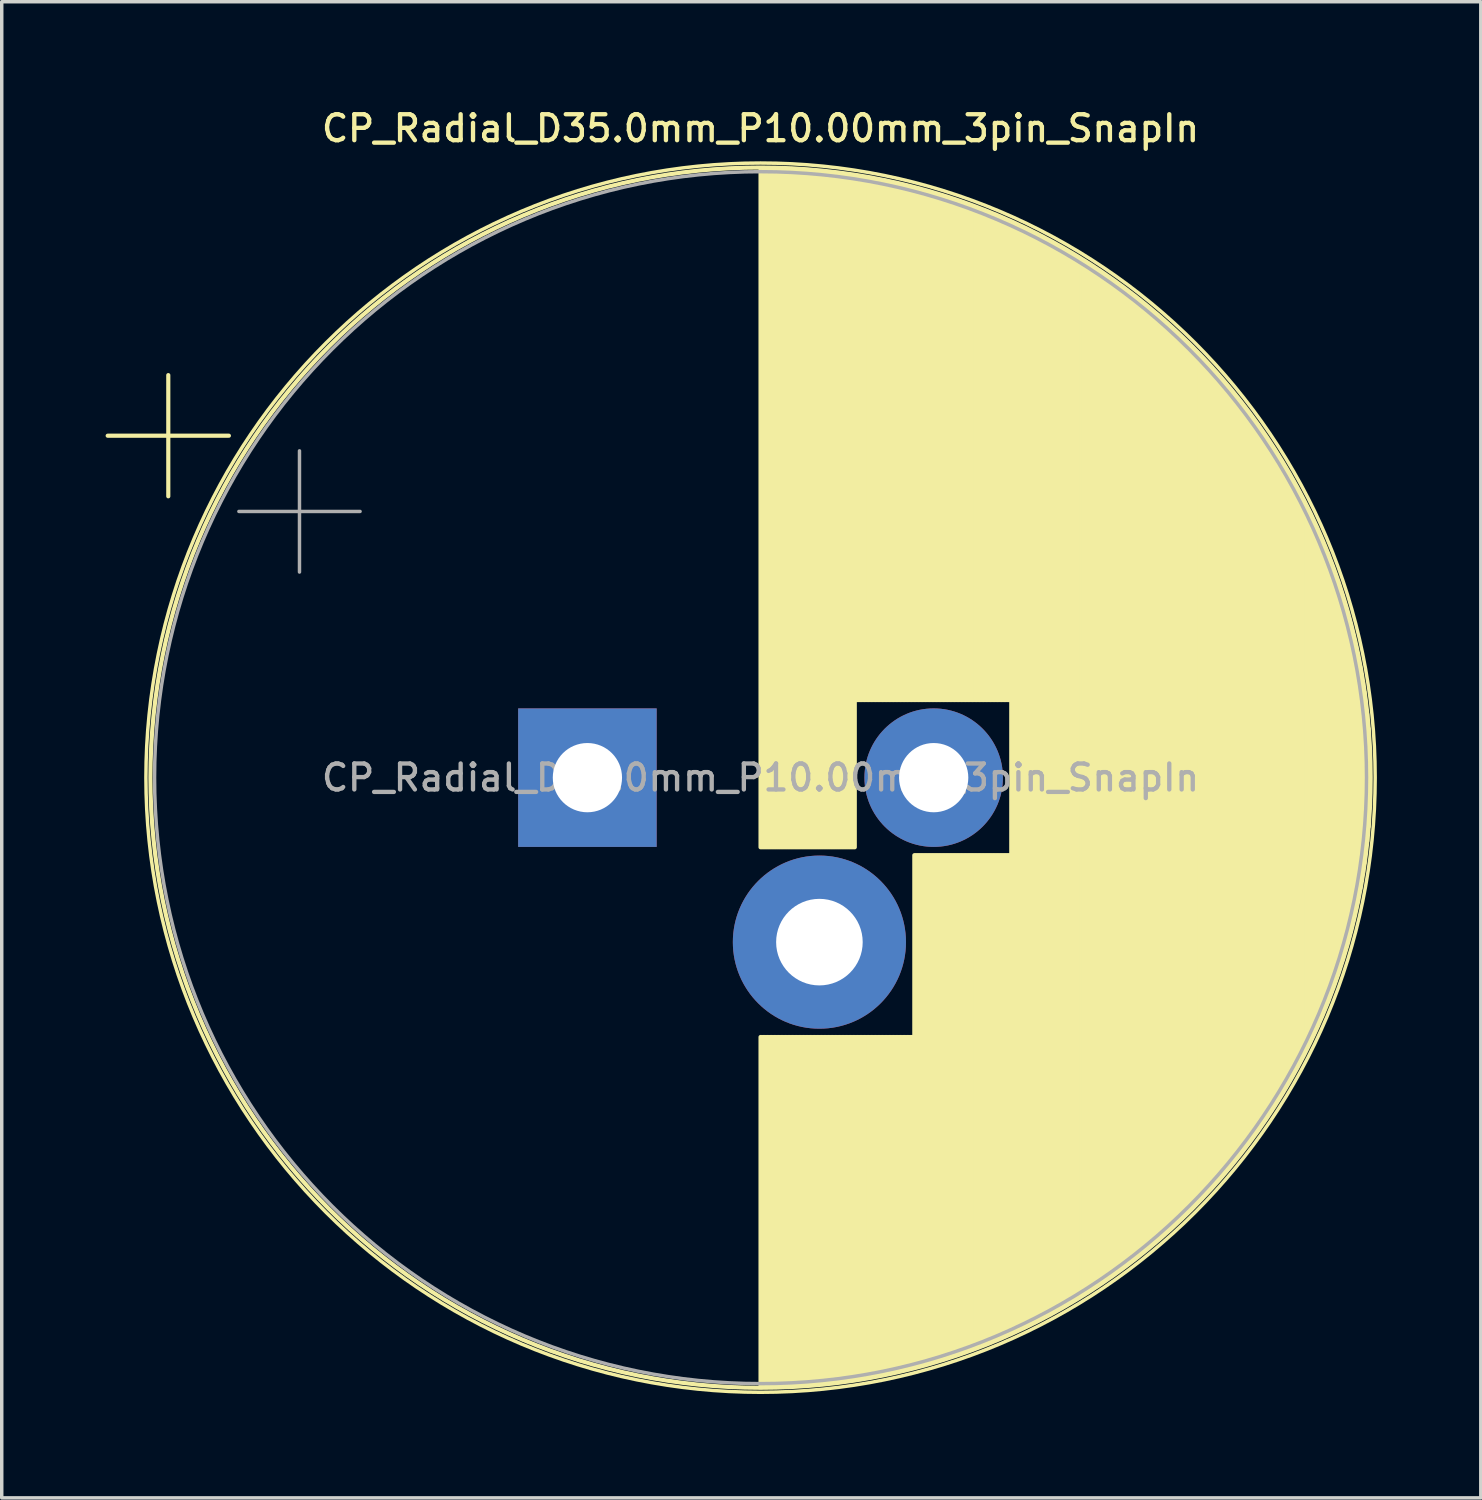
<source format=kicad_pcb>
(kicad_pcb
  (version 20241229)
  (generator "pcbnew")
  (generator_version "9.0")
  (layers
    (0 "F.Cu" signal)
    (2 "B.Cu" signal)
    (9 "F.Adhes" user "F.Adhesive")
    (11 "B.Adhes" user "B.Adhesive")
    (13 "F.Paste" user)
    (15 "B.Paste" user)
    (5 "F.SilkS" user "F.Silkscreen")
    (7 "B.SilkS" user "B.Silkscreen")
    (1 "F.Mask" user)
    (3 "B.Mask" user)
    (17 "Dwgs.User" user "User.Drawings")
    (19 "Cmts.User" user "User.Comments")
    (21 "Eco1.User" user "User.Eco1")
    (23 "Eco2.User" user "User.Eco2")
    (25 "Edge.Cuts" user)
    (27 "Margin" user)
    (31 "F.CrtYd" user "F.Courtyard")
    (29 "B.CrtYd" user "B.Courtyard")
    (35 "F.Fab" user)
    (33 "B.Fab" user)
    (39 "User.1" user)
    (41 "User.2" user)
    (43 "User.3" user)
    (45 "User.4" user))
  (footprint "CP_Radial_D35.0mm_P10.00mm_3pin_SnapIn"
    (layer "F.Cu")
    (at 13.914 19.408)
    (property "Reference" "CP_Radial_D35.0mm_P10.00mm_3pin_SnapIn" (at 5 -18.75 0) (layer "F.SilkS") (effects (font (size 0.75 0.75) (thickness 0.125))))
    (attr through_hole)
    (fp_line (start -13.854 -9.875) (end -10.354 -9.875) (stroke (width 0.12) (type solid)) (layer "F.SilkS"))
    (fp_line (start -12.104 -11.625) (end -12.104 -8.125) (stroke (width 0.12) (type solid)) (layer "F.SilkS"))
    (fp_line (start 5 -17.58) (end 5 2.01) (stroke (width 0.12) (type solid)) (layer "F.SilkS"))
    (fp_line (start 5 7.49) (end 5 17.58) (stroke (width 0.12) (type solid)) (layer "F.SilkS"))
    (fp_line (start 5.04 -17.58) (end 5.04 2.01) (stroke (width 0.12) (type solid)) (layer "F.SilkS"))
    (fp_line (start 5.04 7.49) (end 5.04 17.58) (stroke (width 0.12) (type solid)) (layer "F.SilkS"))
    (fp_line (start 5.08 -17.58) (end 5.08 2.01) (stroke (width 0.12) (type solid)) (layer "F.SilkS"))
    (fp_line (start 5.08 7.49) (end 5.08 17.58) (stroke (width 0.12) (type solid)) (layer "F.SilkS"))
    (fp_line (start 5.12 -17.58) (end 5.12 2.01) (stroke (width 0.12) (type solid)) (layer "F.SilkS"))
    (fp_line (start 5.12 7.49) (end 5.12 17.58) (stroke (width 0.12) (type solid)) (layer "F.SilkS"))
    (fp_line (start 5.16 -17.58) (end 5.16 2.01) (stroke (width 0.12) (type solid)) (layer "F.SilkS"))
    (fp_line (start 5.16 7.49) (end 5.16 17.58) (stroke (width 0.12) (type solid)) (layer "F.SilkS"))
    (fp_line (start 5.2 -17.579) (end 5.2 2.01) (stroke (width 0.12) (type solid)) (layer "F.SilkS"))
    (fp_line (start 5.2 7.49) (end 5.2 17.579) (stroke (width 0.12) (type solid)) (layer "F.SilkS"))
    (fp_line (start 5.24 -17.579) (end 5.24 2.01) (stroke (width 0.12) (type solid)) (layer "F.SilkS"))
    (fp_line (start 5.24 7.49) (end 5.24 17.579) (stroke (width 0.12) (type solid)) (layer "F.SilkS"))
    (fp_line (start 5.28 -17.578) (end 5.28 2.01) (stroke (width 0.12) (type solid)) (layer "F.SilkS"))
    (fp_line (start 5.28 7.49) (end 5.28 17.578) (stroke (width 0.12) (type solid)) (layer "F.SilkS"))
    (fp_line (start 5.32 -17.578) (end 5.32 2.01) (stroke (width 0.12) (type solid)) (layer "F.SilkS"))
    (fp_line (start 5.32 7.49) (end 5.32 17.578) (stroke (width 0.12) (type solid)) (layer "F.SilkS"))
    (fp_line (start 5.36 -17.577) (end 5.36 2.01) (stroke (width 0.12) (type solid)) (layer "F.SilkS"))
    (fp_line (start 5.36 7.49) (end 5.36 17.577) (stroke (width 0.12) (type solid)) (layer "F.SilkS"))
    (fp_line (start 5.4 -17.576) (end 5.4 2.01) (stroke (width 0.12) (type solid)) (layer "F.SilkS"))
    (fp_line (start 5.4 7.49) (end 5.4 17.576) (stroke (width 0.12) (type solid)) (layer "F.SilkS"))
    (fp_line (start 5.44 -17.575) (end 5.44 2.01) (stroke (width 0.12) (type solid)) (layer "F.SilkS"))
    (fp_line (start 5.44 7.49) (end 5.44 17.575) (stroke (width 0.12) (type solid)) (layer "F.SilkS"))
    (fp_line (start 5.48 -17.574) (end 5.48 2.01) (stroke (width 0.12) (type solid)) (layer "F.SilkS"))
    (fp_line (start 5.48 7.49) (end 5.48 17.574) (stroke (width 0.12) (type solid)) (layer "F.SilkS"))
    (fp_line (start 5.52 -17.573) (end 5.52 2.01) (stroke (width 0.12) (type solid)) (layer "F.SilkS"))
    (fp_line (start 5.52 7.49) (end 5.52 17.573) (stroke (width 0.12) (type solid)) (layer "F.SilkS"))
    (fp_line (start 5.56 -17.572) (end 5.56 2.01) (stroke (width 0.12) (type solid)) (layer "F.SilkS"))
    (fp_line (start 5.56 7.49) (end 5.56 17.572) (stroke (width 0.12) (type solid)) (layer "F.SilkS"))
    (fp_line (start 5.6 -17.57) (end 5.6 2.01) (stroke (width 0.12) (type solid)) (layer "F.SilkS"))
    (fp_line (start 5.6 7.49) (end 5.6 17.57) (stroke (width 0.12) (type solid)) (layer "F.SilkS"))
    (fp_line (start 5.64 -17.569) (end 5.64 2.01) (stroke (width 0.12) (type solid)) (layer "F.SilkS"))
    (fp_line (start 5.64 7.49) (end 5.64 17.569) (stroke (width 0.12) (type solid)) (layer "F.SilkS"))
    (fp_line (start 5.68 -17.567) (end 5.68 2.01) (stroke (width 0.12) (type solid)) (layer "F.SilkS"))
    (fp_line (start 5.68 7.49) (end 5.68 17.567) (stroke (width 0.12) (type solid)) (layer "F.SilkS"))
    (fp_line (start 5.721 -17.566) (end 5.721 2.01) (stroke (width 0.12) (type solid)) (layer "F.SilkS"))
    (fp_line (start 5.721 7.49) (end 5.721 17.566) (stroke (width 0.12) (type solid)) (layer "F.SilkS"))
    (fp_line (start 5.761 -17.564) (end 5.761 2.01) (stroke (width 0.12) (type solid)) (layer "F.SilkS"))
    (fp_line (start 5.761 7.49) (end 5.761 17.564) (stroke (width 0.12) (type solid)) (layer "F.SilkS"))
    (fp_line (start 5.801 -17.562) (end 5.801 2.01) (stroke (width 0.12) (type solid)) (layer "F.SilkS"))
    (fp_line (start 5.801 7.49) (end 5.801 17.562) (stroke (width 0.12) (type solid)) (layer "F.SilkS"))
    (fp_line (start 5.841 -17.56) (end 5.841 2.01) (stroke (width 0.12) (type solid)) (layer "F.SilkS"))
    (fp_line (start 5.841 7.49) (end 5.841 17.56) (stroke (width 0.12) (type solid)) (layer "F.SilkS"))
    (fp_line (start 5.881 -17.559) (end 5.881 2.01) (stroke (width 0.12) (type solid)) (layer "F.SilkS"))
    (fp_line (start 5.881 7.49) (end 5.881 17.559) (stroke (width 0.12) (type solid)) (layer "F.SilkS"))
    (fp_line (start 5.921 -17.556) (end 5.921 2.01) (stroke (width 0.12) (type solid)) (layer "F.SilkS"))
    (fp_line (start 5.921 7.49) (end 5.921 17.556) (stroke (width 0.12) (type solid)) (layer "F.SilkS"))
    (fp_line (start 5.961 -17.554) (end 5.961 2.01) (stroke (width 0.12) (type solid)) (layer "F.SilkS"))
    (fp_line (start 5.961 7.49) (end 5.961 17.554) (stroke (width 0.12) (type solid)) (layer "F.SilkS"))
    (fp_line (start 6.001 -17.552) (end 6.001 2.01) (stroke (width 0.12) (type solid)) (layer "F.SilkS"))
    (fp_line (start 6.001 7.49) (end 6.001 17.552) (stroke (width 0.12) (type solid)) (layer "F.SilkS"))
    (fp_line (start 6.041 -17.55) (end 6.041 2.01) (stroke (width 0.12) (type solid)) (layer "F.SilkS"))
    (fp_line (start 6.041 7.49) (end 6.041 17.55) (stroke (width 0.12) (type solid)) (layer "F.SilkS"))
    (fp_line (start 6.081 -17.547) (end 6.081 2.01) (stroke (width 0.12) (type solid)) (layer "F.SilkS"))
    (fp_line (start 6.081 7.49) (end 6.081 17.547) (stroke (width 0.12) (type solid)) (layer "F.SilkS"))
    (fp_line (start 6.121 -17.545) (end 6.121 2.01) (stroke (width 0.12) (type solid)) (layer "F.SilkS"))
    (fp_line (start 6.121 7.49) (end 6.121 17.545) (stroke (width 0.12) (type solid)) (layer "F.SilkS"))
    (fp_line (start 6.161 -17.542) (end 6.161 2.01) (stroke (width 0.12) (type solid)) (layer "F.SilkS"))
    (fp_line (start 6.161 7.49) (end 6.161 17.542) (stroke (width 0.12) (type solid)) (layer "F.SilkS"))
    (fp_line (start 6.201 -17.54) (end 6.201 2.01) (stroke (width 0.12) (type solid)) (layer "F.SilkS"))
    (fp_line (start 6.201 7.49) (end 6.201 17.54) (stroke (width 0.12) (type solid)) (layer "F.SilkS"))
    (fp_line (start 6.241 -17.537) (end 6.241 2.01) (stroke (width 0.12) (type solid)) (layer "F.SilkS"))
    (fp_line (start 6.241 7.49) (end 6.241 17.537) (stroke (width 0.12) (type solid)) (layer "F.SilkS"))
    (fp_line (start 6.281 -17.534) (end 6.281 2.01) (stroke (width 0.12) (type solid)) (layer "F.SilkS"))
    (fp_line (start 6.281 7.49) (end 6.281 17.534) (stroke (width 0.12) (type solid)) (layer "F.SilkS"))
    (fp_line (start 6.321 -17.531) (end 6.321 2.01) (stroke (width 0.12) (type solid)) (layer "F.SilkS"))
    (fp_line (start 6.321 7.49) (end 6.321 17.531) (stroke (width 0.12) (type solid)) (layer "F.SilkS"))
    (fp_line (start 6.361 -17.528) (end 6.361 2.01) (stroke (width 0.12) (type solid)) (layer "F.SilkS"))
    (fp_line (start 6.361 7.49) (end 6.361 17.528) (stroke (width 0.12) (type solid)) (layer "F.SilkS"))
    (fp_line (start 6.401 -17.525) (end 6.401 2.01) (stroke (width 0.12) (type solid)) (layer "F.SilkS"))
    (fp_line (start 6.401 7.49) (end 6.401 17.525) (stroke (width 0.12) (type solid)) (layer "F.SilkS"))
    (fp_line (start 6.441 -17.522) (end 6.441 2.01) (stroke (width 0.12) (type solid)) (layer "F.SilkS"))
    (fp_line (start 6.441 7.49) (end 6.441 17.522) (stroke (width 0.12) (type solid)) (layer "F.SilkS"))
    (fp_line (start 6.481 -17.518) (end 6.481 2.01) (stroke (width 0.12) (type solid)) (layer "F.SilkS"))
    (fp_line (start 6.481 7.49) (end 6.481 17.518) (stroke (width 0.12) (type solid)) (layer "F.SilkS"))
    (fp_line (start 6.521 -17.515) (end 6.521 2.01) (stroke (width 0.12) (type solid)) (layer "F.SilkS"))
    (fp_line (start 6.521 7.49) (end 6.521 17.515) (stroke (width 0.12) (type solid)) (layer "F.SilkS"))
    (fp_line (start 6.561 -17.511) (end 6.561 2.01) (stroke (width 0.12) (type solid)) (layer "F.SilkS"))
    (fp_line (start 6.561 7.49) (end 6.561 17.511) (stroke (width 0.12) (type solid)) (layer "F.SilkS"))
    (fp_line (start 6.601 -17.508) (end 6.601 2.01) (stroke (width 0.12) (type solid)) (layer "F.SilkS"))
    (fp_line (start 6.601 7.49) (end 6.601 17.508) (stroke (width 0.12) (type solid)) (layer "F.SilkS"))
    (fp_line (start 6.641 -17.504) (end 6.641 2.01) (stroke (width 0.12) (type solid)) (layer "F.SilkS"))
    (fp_line (start 6.641 7.49) (end 6.641 17.504) (stroke (width 0.12) (type solid)) (layer "F.SilkS"))
    (fp_line (start 6.681 -17.5) (end 6.681 2.01) (stroke (width 0.12) (type solid)) (layer "F.SilkS"))
    (fp_line (start 6.681 7.49) (end 6.681 17.5) (stroke (width 0.12) (type solid)) (layer "F.SilkS"))
    (fp_line (start 6.721 -17.496) (end 6.721 2.01) (stroke (width 0.12) (type solid)) (layer "F.SilkS"))
    (fp_line (start 6.721 7.49) (end 6.721 17.496) (stroke (width 0.12) (type solid)) (layer "F.SilkS"))
    (fp_line (start 6.761 -17.492) (end 6.761 2.01) (stroke (width 0.12) (type solid)) (layer "F.SilkS"))
    (fp_line (start 6.761 7.49) (end 6.761 17.492) (stroke (width 0.12) (type solid)) (layer "F.SilkS"))
    (fp_line (start 6.801 -17.488) (end 6.801 2.01) (stroke (width 0.12) (type solid)) (layer "F.SilkS"))
    (fp_line (start 6.801 7.49) (end 6.801 17.488) (stroke (width 0.12) (type solid)) (layer "F.SilkS"))
    (fp_line (start 6.841 -17.484) (end 6.841 2.01) (stroke (width 0.12) (type solid)) (layer "F.SilkS"))
    (fp_line (start 6.841 7.49) (end 6.841 17.484) (stroke (width 0.12) (type solid)) (layer "F.SilkS"))
    (fp_line (start 6.881 -17.48) (end 6.881 2.01) (stroke (width 0.12) (type solid)) (layer "F.SilkS"))
    (fp_line (start 6.881 7.49) (end 6.881 17.48) (stroke (width 0.12) (type solid)) (layer "F.SilkS"))
    (fp_line (start 6.921 -17.476) (end 6.921 2.01) (stroke (width 0.12) (type solid)) (layer "F.SilkS"))
    (fp_line (start 6.921 7.49) (end 6.921 17.476) (stroke (width 0.12) (type solid)) (layer "F.SilkS"))
    (fp_line (start 6.961 -17.471) (end 6.961 2.01) (stroke (width 0.12) (type solid)) (layer "F.SilkS"))
    (fp_line (start 6.961 7.49) (end 6.961 17.471) (stroke (width 0.12) (type solid)) (layer "F.SilkS"))
    (fp_line (start 7.001 -17.467) (end 7.001 2.01) (stroke (width 0.12) (type solid)) (layer "F.SilkS"))
    (fp_line (start 7.001 7.49) (end 7.001 17.467) (stroke (width 0.12) (type solid)) (layer "F.SilkS"))
    (fp_line (start 7.041 -17.462) (end 7.041 2.01) (stroke (width 0.12) (type solid)) (layer "F.SilkS"))
    (fp_line (start 7.041 7.49) (end 7.041 17.462) (stroke (width 0.12) (type solid)) (layer "F.SilkS"))
    (fp_line (start 7.081 -17.457) (end 7.081 2.01) (stroke (width 0.12) (type solid)) (layer "F.SilkS"))
    (fp_line (start 7.081 7.49) (end 7.081 17.457) (stroke (width 0.12) (type solid)) (layer "F.SilkS"))
    (fp_line (start 7.121 -17.452) (end 7.121 2.01) (stroke (width 0.12) (type solid)) (layer "F.SilkS"))
    (fp_line (start 7.121 7.49) (end 7.121 17.452) (stroke (width 0.12) (type solid)) (layer "F.SilkS"))
    (fp_line (start 7.161 -17.448) (end 7.161 2.01) (stroke (width 0.12) (type solid)) (layer "F.SilkS"))
    (fp_line (start 7.161 7.49) (end 7.161 17.448) (stroke (width 0.12) (type solid)) (layer "F.SilkS"))
    (fp_line (start 7.201 -17.443) (end 7.201 2.01) (stroke (width 0.12) (type solid)) (layer "F.SilkS"))
    (fp_line (start 7.201 7.49) (end 7.201 17.443) (stroke (width 0.12) (type solid)) (layer "F.SilkS"))
    (fp_line (start 7.241 -17.438) (end 7.241 2.01) (stroke (width 0.12) (type solid)) (layer "F.SilkS"))
    (fp_line (start 7.241 7.49) (end 7.241 17.438) (stroke (width 0.12) (type solid)) (layer "F.SilkS"))
    (fp_line (start 7.281 -17.432) (end 7.281 2.01) (stroke (width 0.12) (type solid)) (layer "F.SilkS"))
    (fp_line (start 7.281 7.49) (end 7.281 17.432) (stroke (width 0.12) (type solid)) (layer "F.SilkS"))
    (fp_line (start 7.321 -17.427) (end 7.321 2.01) (stroke (width 0.12) (type solid)) (layer "F.SilkS"))
    (fp_line (start 7.321 7.49) (end 7.321 17.427) (stroke (width 0.12) (type solid)) (layer "F.SilkS"))
    (fp_line (start 7.361 -17.422) (end 7.361 2.01) (stroke (width 0.12) (type solid)) (layer "F.SilkS"))
    (fp_line (start 7.361 7.49) (end 7.361 17.422) (stroke (width 0.12) (type solid)) (layer "F.SilkS"))
    (fp_line (start 7.401 -17.416) (end 7.401 2.01) (stroke (width 0.12) (type solid)) (layer "F.SilkS"))
    (fp_line (start 7.401 7.49) (end 7.401 17.416) (stroke (width 0.12) (type solid)) (layer "F.SilkS"))
    (fp_line (start 7.441 -17.411) (end 7.441 2.01) (stroke (width 0.12) (type solid)) (layer "F.SilkS"))
    (fp_line (start 7.441 7.49) (end 7.441 17.411) (stroke (width 0.12) (type solid)) (layer "F.SilkS"))
    (fp_line (start 7.481 -17.405) (end 7.481 2.01) (stroke (width 0.12) (type solid)) (layer "F.SilkS"))
    (fp_line (start 7.481 7.49) (end 7.481 17.405) (stroke (width 0.12) (type solid)) (layer "F.SilkS"))
    (fp_line (start 7.521 -17.399) (end 7.521 2.01) (stroke (width 0.12) (type solid)) (layer "F.SilkS"))
    (fp_line (start 7.521 7.49) (end 7.521 17.399) (stroke (width 0.12) (type solid)) (layer "F.SilkS"))
    (fp_line (start 7.561 -17.394) (end 7.561 2.01) (stroke (width 0.12) (type solid)) (layer "F.SilkS"))
    (fp_line (start 7.561 7.49) (end 7.561 17.394) (stroke (width 0.12) (type solid)) (layer "F.SilkS"))
    (fp_line (start 7.601 -17.388) (end 7.601 2.01) (stroke (width 0.12) (type solid)) (layer "F.SilkS"))
    (fp_line (start 7.601 7.49) (end 7.601 17.388) (stroke (width 0.12) (type solid)) (layer "F.SilkS"))
    (fp_line (start 7.641 -17.382) (end 7.641 2.01) (stroke (width 0.12) (type solid)) (layer "F.SilkS"))
    (fp_line (start 7.641 7.49) (end 7.641 17.382) (stroke (width 0.12) (type solid)) (layer "F.SilkS"))
    (fp_line (start 7.681 -17.375) (end 7.681 2.01) (stroke (width 0.12) (type solid)) (layer "F.SilkS"))
    (fp_line (start 7.681 7.49) (end 7.681 17.375) (stroke (width 0.12) (type solid)) (layer "F.SilkS"))
    (fp_line (start 7.721 -17.369) (end 7.721 2.01) (stroke (width 0.12) (type solid)) (layer "F.SilkS"))
    (fp_line (start 7.721 7.49) (end 7.721 17.369) (stroke (width 0.12) (type solid)) (layer "F.SilkS"))
    (fp_line (start 7.761 -17.363) (end 7.761 -2.24) (stroke (width 0.12) (type solid)) (layer "F.SilkS"))
    (fp_line (start 7.761 7.49) (end 7.761 17.363) (stroke (width 0.12) (type solid)) (layer "F.SilkS"))
    (fp_line (start 7.801 -17.357) (end 7.801 -2.24) (stroke (width 0.12) (type solid)) (layer "F.SilkS"))
    (fp_line (start 7.801 7.49) (end 7.801 17.357) (stroke (width 0.12) (type solid)) (layer "F.SilkS"))
    (fp_line (start 7.841 -17.35) (end 7.841 -2.24) (stroke (width 0.12) (type solid)) (layer "F.SilkS"))
    (fp_line (start 7.841 7.49) (end 7.841 17.35) (stroke (width 0.12) (type solid)) (layer "F.SilkS"))
    (fp_line (start 7.881 -17.344) (end 7.881 -2.24) (stroke (width 0.12) (type solid)) (layer "F.SilkS"))
    (fp_line (start 7.881 7.49) (end 7.881 17.344) (stroke (width 0.12) (type solid)) (layer "F.SilkS"))
    (fp_line (start 7.921 -17.337) (end 7.921 -2.24) (stroke (width 0.12) (type solid)) (layer "F.SilkS"))
    (fp_line (start 7.921 7.49) (end 7.921 17.337) (stroke (width 0.12) (type solid)) (layer "F.SilkS"))
    (fp_line (start 7.961 -17.33) (end 7.961 -2.24) (stroke (width 0.12) (type solid)) (layer "F.SilkS"))
    (fp_line (start 7.961 7.49) (end 7.961 17.33) (stroke (width 0.12) (type solid)) (layer "F.SilkS"))
    (fp_line (start 8.001 -17.323) (end 8.001 -2.24) (stroke (width 0.12) (type solid)) (layer "F.SilkS"))
    (fp_line (start 8.001 7.49) (end 8.001 17.323) (stroke (width 0.12) (type solid)) (layer "F.SilkS"))
    (fp_line (start 8.041 -17.316) (end 8.041 -2.24) (stroke (width 0.12) (type solid)) (layer "F.SilkS"))
    (fp_line (start 8.041 7.49) (end 8.041 17.316) (stroke (width 0.12) (type solid)) (layer "F.SilkS"))
    (fp_line (start 8.081 -17.309) (end 8.081 -2.24) (stroke (width 0.12) (type solid)) (layer "F.SilkS"))
    (fp_line (start 8.081 7.49) (end 8.081 17.309) (stroke (width 0.12) (type solid)) (layer "F.SilkS"))
    (fp_line (start 8.121 -17.302) (end 8.121 -2.24) (stroke (width 0.12) (type solid)) (layer "F.SilkS"))
    (fp_line (start 8.121 7.49) (end 8.121 17.302) (stroke (width 0.12) (type solid)) (layer "F.SilkS"))
    (fp_line (start 8.161 -17.295) (end 8.161 -2.24) (stroke (width 0.12) (type solid)) (layer "F.SilkS"))
    (fp_line (start 8.161 7.49) (end 8.161 17.295) (stroke (width 0.12) (type solid)) (layer "F.SilkS"))
    (fp_line (start 8.201 -17.287) (end 8.201 -2.24) (stroke (width 0.12) (type solid)) (layer "F.SilkS"))
    (fp_line (start 8.201 7.49) (end 8.201 17.287) (stroke (width 0.12) (type solid)) (layer "F.SilkS"))
    (fp_line (start 8.241 -17.28) (end 8.241 -2.24) (stroke (width 0.12) (type solid)) (layer "F.SilkS"))
    (fp_line (start 8.241 7.49) (end 8.241 17.28) (stroke (width 0.12) (type solid)) (layer "F.SilkS"))
    (fp_line (start 8.281 -17.273) (end 8.281 -2.24) (stroke (width 0.12) (type solid)) (layer "F.SilkS"))
    (fp_line (start 8.281 7.49) (end 8.281 17.273) (stroke (width 0.12) (type solid)) (layer "F.SilkS"))
    (fp_line (start 8.321 -17.265) (end 8.321 -2.24) (stroke (width 0.12) (type solid)) (layer "F.SilkS"))
    (fp_line (start 8.321 7.49) (end 8.321 17.265) (stroke (width 0.12) (type solid)) (layer "F.SilkS"))
    (fp_line (start 8.361 -17.257) (end 8.361 -2.24) (stroke (width 0.12) (type solid)) (layer "F.SilkS"))
    (fp_line (start 8.361 7.49) (end 8.361 17.257) (stroke (width 0.12) (type solid)) (layer "F.SilkS"))
    (fp_line (start 8.401 -17.249) (end 8.401 -2.24) (stroke (width 0.12) (type solid)) (layer "F.SilkS"))
    (fp_line (start 8.401 7.49) (end 8.401 17.249) (stroke (width 0.12) (type solid)) (layer "F.SilkS"))
    (fp_line (start 8.441 -17.241) (end 8.441 -2.24) (stroke (width 0.12) (type solid)) (layer "F.SilkS"))
    (fp_line (start 8.441 7.49) (end 8.441 17.241) (stroke (width 0.12) (type solid)) (layer "F.SilkS"))
    (fp_line (start 8.481 -17.233) (end 8.481 -2.24) (stroke (width 0.12) (type solid)) (layer "F.SilkS"))
    (fp_line (start 8.481 7.49) (end 8.481 17.233) (stroke (width 0.12) (type solid)) (layer "F.SilkS"))
    (fp_line (start 8.521 -17.225) (end 8.521 -2.24) (stroke (width 0.12) (type solid)) (layer "F.SilkS"))
    (fp_line (start 8.521 7.49) (end 8.521 17.225) (stroke (width 0.12) (type solid)) (layer "F.SilkS"))
    (fp_line (start 8.561 -17.217) (end 8.561 -2.24) (stroke (width 0.12) (type solid)) (layer "F.SilkS"))
    (fp_line (start 8.561 7.49) (end 8.561 17.217) (stroke (width 0.12) (type solid)) (layer "F.SilkS"))
    (fp_line (start 8.601 -17.209) (end 8.601 -2.24) (stroke (width 0.12) (type solid)) (layer "F.SilkS"))
    (fp_line (start 8.601 7.49) (end 8.601 17.209) (stroke (width 0.12) (type solid)) (layer "F.SilkS"))
    (fp_line (start 8.641 -17.2) (end 8.641 -2.24) (stroke (width 0.12) (type solid)) (layer "F.SilkS"))
    (fp_line (start 8.641 7.49) (end 8.641 17.2) (stroke (width 0.12) (type solid)) (layer "F.SilkS"))
    (fp_line (start 8.681 -17.192) (end 8.681 -2.24) (stroke (width 0.12) (type solid)) (layer "F.SilkS"))
    (fp_line (start 8.681 7.49) (end 8.681 17.192) (stroke (width 0.12) (type solid)) (layer "F.SilkS"))
    (fp_line (start 8.721 -17.183) (end 8.721 -2.24) (stroke (width 0.12) (type solid)) (layer "F.SilkS"))
    (fp_line (start 8.721 7.49) (end 8.721 17.183) (stroke (width 0.12) (type solid)) (layer "F.SilkS"))
    (fp_line (start 8.761 -17.175) (end 8.761 -2.24) (stroke (width 0.12) (type solid)) (layer "F.SilkS"))
    (fp_line (start 8.761 7.49) (end 8.761 17.175) (stroke (width 0.12) (type solid)) (layer "F.SilkS"))
    (fp_line (start 8.801 -17.166) (end 8.801 -2.24) (stroke (width 0.12) (type solid)) (layer "F.SilkS"))
    (fp_line (start 8.801 7.49) (end 8.801 17.166) (stroke (width 0.12) (type solid)) (layer "F.SilkS"))
    (fp_line (start 8.841 -17.157) (end 8.841 -2.24) (stroke (width 0.12) (type solid)) (layer "F.SilkS"))
    (fp_line (start 8.841 7.49) (end 8.841 17.157) (stroke (width 0.12) (type solid)) (layer "F.SilkS"))
    (fp_line (start 8.881 -17.148) (end 8.881 -2.24) (stroke (width 0.12) (type solid)) (layer "F.SilkS"))
    (fp_line (start 8.881 7.49) (end 8.881 17.148) (stroke (width 0.12) (type solid)) (layer "F.SilkS"))
    (fp_line (start 8.921 -17.139) (end 8.921 -2.24) (stroke (width 0.12) (type solid)) (layer "F.SilkS"))
    (fp_line (start 8.921 7.49) (end 8.921 17.139) (stroke (width 0.12) (type solid)) (layer "F.SilkS"))
    (fp_line (start 8.961 -17.13) (end 8.961 -2.24) (stroke (width 0.12) (type solid)) (layer "F.SilkS"))
    (fp_line (start 8.961 7.49) (end 8.961 17.13) (stroke (width 0.12) (type solid)) (layer "F.SilkS"))
    (fp_line (start 9.001 -17.12) (end 9.001 -2.24) (stroke (width 0.12) (type solid)) (layer "F.SilkS"))
    (fp_line (start 9.001 7.49) (end 9.001 17.12) (stroke (width 0.12) (type solid)) (layer "F.SilkS"))
    (fp_line (start 9.041 -17.111) (end 9.041 -2.24) (stroke (width 0.12) (type solid)) (layer "F.SilkS"))
    (fp_line (start 9.041 7.49) (end 9.041 17.111) (stroke (width 0.12) (type solid)) (layer "F.SilkS"))
    (fp_line (start 9.081 -17.102) (end 9.081 -2.24) (stroke (width 0.12) (type solid)) (layer "F.SilkS"))
    (fp_line (start 9.081 7.49) (end 9.081 17.102) (stroke (width 0.12) (type solid)) (layer "F.SilkS"))
    (fp_line (start 9.121 -17.092) (end 9.121 -2.24) (stroke (width 0.12) (type solid)) (layer "F.SilkS"))
    (fp_line (start 9.121 7.49) (end 9.121 17.092) (stroke (width 0.12) (type solid)) (layer "F.SilkS"))
    (fp_line (start 9.161 -17.082) (end 9.161 -2.24) (stroke (width 0.12) (type solid)) (layer "F.SilkS"))
    (fp_line (start 9.161 7.49) (end 9.161 17.082) (stroke (width 0.12) (type solid)) (layer "F.SilkS"))
    (fp_line (start 9.201 -17.073) (end 9.201 -2.24) (stroke (width 0.12) (type solid)) (layer "F.SilkS"))
    (fp_line (start 9.201 7.49) (end 9.201 17.073) (stroke (width 0.12) (type solid)) (layer "F.SilkS"))
    (fp_line (start 9.241 -17.063) (end 9.241 -2.24) (stroke (width 0.12) (type solid)) (layer "F.SilkS"))
    (fp_line (start 9.241 7.49) (end 9.241 17.063) (stroke (width 0.12) (type solid)) (layer "F.SilkS"))
    (fp_line (start 9.281 -17.053) (end 9.281 -2.24) (stroke (width 0.12) (type solid)) (layer "F.SilkS"))
    (fp_line (start 9.281 7.49) (end 9.281 17.053) (stroke (width 0.12) (type solid)) (layer "F.SilkS"))
    (fp_line (start 9.321 -17.043) (end 9.321 -2.24) (stroke (width 0.12) (type solid)) (layer "F.SilkS"))
    (fp_line (start 9.321 7.49) (end 9.321 17.043) (stroke (width 0.12) (type solid)) (layer "F.SilkS"))
    (fp_line (start 9.361 -17.033) (end 9.361 -2.24) (stroke (width 0.12) (type solid)) (layer "F.SilkS"))
    (fp_line (start 9.361 7.49) (end 9.361 17.033) (stroke (width 0.12) (type solid)) (layer "F.SilkS"))
    (fp_line (start 9.401 -17.022) (end 9.401 -2.24) (stroke (width 0.12) (type solid)) (layer "F.SilkS"))
    (fp_line (start 9.401 7.49) (end 9.401 17.022) (stroke (width 0.12) (type solid)) (layer "F.SilkS"))
    (fp_line (start 9.441 -17.012) (end 9.441 -2.24) (stroke (width 0.12) (type solid)) (layer "F.SilkS"))
    (fp_line (start 9.441 2.24) (end 9.441 17.012) (stroke (width 0.12) (type solid)) (layer "F.SilkS"))
    (fp_line (start 9.481 -17.001) (end 9.481 -2.24) (stroke (width 0.12) (type solid)) (layer "F.SilkS"))
    (fp_line (start 9.481 2.24) (end 9.481 17.001) (stroke (width 0.12) (type solid)) (layer "F.SilkS"))
    (fp_line (start 9.521 -16.991) (end 9.521 -2.24) (stroke (width 0.12) (type solid)) (layer "F.SilkS"))
    (fp_line (start 9.521 2.24) (end 9.521 16.991) (stroke (width 0.12) (type solid)) (layer "F.SilkS"))
    (fp_line (start 9.561 -16.98) (end 9.561 -2.24) (stroke (width 0.12) (type solid)) (layer "F.SilkS"))
    (fp_line (start 9.561 2.24) (end 9.561 16.98) (stroke (width 0.12) (type solid)) (layer "F.SilkS"))
    (fp_line (start 9.601 -16.969) (end 9.601 -2.24) (stroke (width 0.12) (type solid)) (layer "F.SilkS"))
    (fp_line (start 9.601 2.24) (end 9.601 16.969) (stroke (width 0.12) (type solid)) (layer "F.SilkS"))
    (fp_line (start 9.641 -16.959) (end 9.641 -2.24) (stroke (width 0.12) (type solid)) (layer "F.SilkS"))
    (fp_line (start 9.641 2.24) (end 9.641 16.959) (stroke (width 0.12) (type solid)) (layer "F.SilkS"))
    (fp_line (start 9.681 -16.948) (end 9.681 -2.24) (stroke (width 0.12) (type solid)) (layer "F.SilkS"))
    (fp_line (start 9.681 2.24) (end 9.681 16.948) (stroke (width 0.12) (type solid)) (layer "F.SilkS"))
    (fp_line (start 9.721 -16.937) (end 9.721 -2.24) (stroke (width 0.12) (type solid)) (layer "F.SilkS"))
    (fp_line (start 9.721 2.24) (end 9.721 16.937) (stroke (width 0.12) (type solid)) (layer "F.SilkS"))
    (fp_line (start 9.761 -16.925) (end 9.761 -2.24) (stroke (width 0.12) (type solid)) (layer "F.SilkS"))
    (fp_line (start 9.761 2.24) (end 9.761 16.925) (stroke (width 0.12) (type solid)) (layer "F.SilkS"))
    (fp_line (start 9.801 -16.914) (end 9.801 -2.24) (stroke (width 0.12) (type solid)) (layer "F.SilkS"))
    (fp_line (start 9.801 2.24) (end 9.801 16.914) (stroke (width 0.12) (type solid)) (layer "F.SilkS"))
    (fp_line (start 9.841 -16.903) (end 9.841 -2.24) (stroke (width 0.12) (type solid)) (layer "F.SilkS"))
    (fp_line (start 9.841 2.24) (end 9.841 16.903) (stroke (width 0.12) (type solid)) (layer "F.SilkS"))
    (fp_line (start 9.881 -16.891) (end 9.881 -2.24) (stroke (width 0.12) (type solid)) (layer "F.SilkS"))
    (fp_line (start 9.881 2.24) (end 9.881 16.891) (stroke (width 0.12) (type solid)) (layer "F.SilkS"))
    (fp_line (start 9.921 -16.88) (end 9.921 -2.24) (stroke (width 0.12) (type solid)) (layer "F.SilkS"))
    (fp_line (start 9.921 2.24) (end 9.921 16.88) (stroke (width 0.12) (type solid)) (layer "F.SilkS"))
    (fp_line (start 9.961 -16.868) (end 9.961 -2.24) (stroke (width 0.12) (type solid)) (layer "F.SilkS"))
    (fp_line (start 9.961 2.24) (end 9.961 16.868) (stroke (width 0.12) (type solid)) (layer "F.SilkS"))
    (fp_line (start 10.001 -16.856) (end 10.001 -2.24) (stroke (width 0.12) (type solid)) (layer "F.SilkS"))
    (fp_line (start 10.001 2.24) (end 10.001 16.856) (stroke (width 0.12) (type solid)) (layer "F.SilkS"))
    (fp_line (start 10.041 -16.844) (end 10.041 -2.24) (stroke (width 0.12) (type solid)) (layer "F.SilkS"))
    (fp_line (start 10.041 2.24) (end 10.041 16.844) (stroke (width 0.12) (type solid)) (layer "F.SilkS"))
    (fp_line (start 10.081 -16.832) (end 10.081 -2.24) (stroke (width 0.12) (type solid)) (layer "F.SilkS"))
    (fp_line (start 10.081 2.24) (end 10.081 16.832) (stroke (width 0.12) (type solid)) (layer "F.SilkS"))
    (fp_line (start 10.121 -16.82) (end 10.121 -2.24) (stroke (width 0.12) (type solid)) (layer "F.SilkS"))
    (fp_line (start 10.121 2.24) (end 10.121 16.82) (stroke (width 0.12) (type solid)) (layer "F.SilkS"))
    (fp_line (start 10.161 -16.808) (end 10.161 -2.24) (stroke (width 0.12) (type solid)) (layer "F.SilkS"))
    (fp_line (start 10.161 2.24) (end 10.161 16.808) (stroke (width 0.12) (type solid)) (layer "F.SilkS"))
    (fp_line (start 10.201 -16.796) (end 10.201 -2.24) (stroke (width 0.12) (type solid)) (layer "F.SilkS"))
    (fp_line (start 10.201 2.24) (end 10.201 16.796) (stroke (width 0.12) (type solid)) (layer "F.SilkS"))
    (fp_line (start 10.241 -16.783) (end 10.241 -2.24) (stroke (width 0.12) (type solid)) (layer "F.SilkS"))
    (fp_line (start 10.241 2.24) (end 10.241 16.783) (stroke (width 0.12) (type solid)) (layer "F.SilkS"))
    (fp_line (start 10.281 -16.771) (end 10.281 -2.24) (stroke (width 0.12) (type solid)) (layer "F.SilkS"))
    (fp_line (start 10.281 2.24) (end 10.281 16.771) (stroke (width 0.12) (type solid)) (layer "F.SilkS"))
    (fp_line (start 10.321 -16.758) (end 10.321 -2.24) (stroke (width 0.12) (type solid)) (layer "F.SilkS"))
    (fp_line (start 10.321 2.24) (end 10.321 16.758) (stroke (width 0.12) (type solid)) (layer "F.SilkS"))
    (fp_line (start 10.361 -16.745) (end 10.361 -2.24) (stroke (width 0.12) (type solid)) (layer "F.SilkS"))
    (fp_line (start 10.361 2.24) (end 10.361 16.745) (stroke (width 0.12) (type solid)) (layer "F.SilkS"))
    (fp_line (start 10.401 -16.733) (end 10.401 -2.24) (stroke (width 0.12) (type solid)) (layer "F.SilkS"))
    (fp_line (start 10.401 2.24) (end 10.401 16.733) (stroke (width 0.12) (type solid)) (layer "F.SilkS"))
    (fp_line (start 10.441 -16.72) (end 10.441 -2.24) (stroke (width 0.12) (type solid)) (layer "F.SilkS"))
    (fp_line (start 10.441 2.24) (end 10.441 16.72) (stroke (width 0.12) (type solid)) (layer "F.SilkS"))
    (fp_line (start 10.481 -16.707) (end 10.481 -2.24) (stroke (width 0.12) (type solid)) (layer "F.SilkS"))
    (fp_line (start 10.481 2.24) (end 10.481 16.707) (stroke (width 0.12) (type solid)) (layer "F.SilkS"))
    (fp_line (start 10.521 -16.694) (end 10.521 -2.24) (stroke (width 0.12) (type solid)) (layer "F.SilkS"))
    (fp_line (start 10.521 2.24) (end 10.521 16.694) (stroke (width 0.12) (type solid)) (layer "F.SilkS"))
    (fp_line (start 10.561 -16.68) (end 10.561 -2.24) (stroke (width 0.12) (type solid)) (layer "F.SilkS"))
    (fp_line (start 10.561 2.24) (end 10.561 16.68) (stroke (width 0.12) (type solid)) (layer "F.SilkS"))
    (fp_line (start 10.601 -16.667) (end 10.601 -2.24) (stroke (width 0.12) (type solid)) (layer "F.SilkS"))
    (fp_line (start 10.601 2.24) (end 10.601 16.667) (stroke (width 0.12) (type solid)) (layer "F.SilkS"))
    (fp_line (start 10.641 -16.653) (end 10.641 -2.24) (stroke (width 0.12) (type solid)) (layer "F.SilkS"))
    (fp_line (start 10.641 2.24) (end 10.641 16.653) (stroke (width 0.12) (type solid)) (layer "F.SilkS"))
    (fp_line (start 10.681 -16.64) (end 10.681 -2.24) (stroke (width 0.12) (type solid)) (layer "F.SilkS"))
    (fp_line (start 10.681 2.24) (end 10.681 16.64) (stroke (width 0.12) (type solid)) (layer "F.SilkS"))
    (fp_line (start 10.721 -16.626) (end 10.721 -2.24) (stroke (width 0.12) (type solid)) (layer "F.SilkS"))
    (fp_line (start 10.721 2.24) (end 10.721 16.626) (stroke (width 0.12) (type solid)) (layer "F.SilkS"))
    (fp_line (start 10.761 -16.612) (end 10.761 -2.24) (stroke (width 0.12) (type solid)) (layer "F.SilkS"))
    (fp_line (start 10.761 2.24) (end 10.761 16.612) (stroke (width 0.12) (type solid)) (layer "F.SilkS"))
    (fp_line (start 10.801 -16.599) (end 10.801 -2.24) (stroke (width 0.12) (type solid)) (layer "F.SilkS"))
    (fp_line (start 10.801 2.24) (end 10.801 16.599) (stroke (width 0.12) (type solid)) (layer "F.SilkS"))
    (fp_line (start 10.841 -16.585) (end 10.841 -2.24) (stroke (width 0.12) (type solid)) (layer "F.SilkS"))
    (fp_line (start 10.841 2.24) (end 10.841 16.585) (stroke (width 0.12) (type solid)) (layer "F.SilkS"))
    (fp_line (start 10.881 -16.57) (end 10.881 -2.24) (stroke (width 0.12) (type solid)) (layer "F.SilkS"))
    (fp_line (start 10.881 2.24) (end 10.881 16.57) (stroke (width 0.12) (type solid)) (layer "F.SilkS"))
    (fp_line (start 10.921 -16.556) (end 10.921 -2.24) (stroke (width 0.12) (type solid)) (layer "F.SilkS"))
    (fp_line (start 10.921 2.24) (end 10.921 16.556) (stroke (width 0.12) (type solid)) (layer "F.SilkS"))
    (fp_line (start 10.961 -16.542) (end 10.961 -2.24) (stroke (width 0.12) (type solid)) (layer "F.SilkS"))
    (fp_line (start 10.961 2.24) (end 10.961 16.542) (stroke (width 0.12) (type solid)) (layer "F.SilkS"))
    (fp_line (start 11.001 -16.527) (end 11.001 -2.24) (stroke (width 0.12) (type solid)) (layer "F.SilkS"))
    (fp_line (start 11.001 2.24) (end 11.001 16.527) (stroke (width 0.12) (type solid)) (layer "F.SilkS"))
    (fp_line (start 11.041 -16.513) (end 11.041 -2.24) (stroke (width 0.12) (type solid)) (layer "F.SilkS"))
    (fp_line (start 11.041 2.24) (end 11.041 16.513) (stroke (width 0.12) (type solid)) (layer "F.SilkS"))
    (fp_line (start 11.081 -16.498) (end 11.081 -2.24) (stroke (width 0.12) (type solid)) (layer "F.SilkS"))
    (fp_line (start 11.081 2.24) (end 11.081 16.498) (stroke (width 0.12) (type solid)) (layer "F.SilkS"))
    (fp_line (start 11.121 -16.484) (end 11.121 -2.24) (stroke (width 0.12) (type solid)) (layer "F.SilkS"))
    (fp_line (start 11.121 2.24) (end 11.121 16.484) (stroke (width 0.12) (type solid)) (layer "F.SilkS"))
    (fp_line (start 11.161 -16.469) (end 11.161 -2.24) (stroke (width 0.12) (type solid)) (layer "F.SilkS"))
    (fp_line (start 11.161 2.24) (end 11.161 16.469) (stroke (width 0.12) (type solid)) (layer "F.SilkS"))
    (fp_line (start 11.201 -16.454) (end 11.201 -2.24) (stroke (width 0.12) (type solid)) (layer "F.SilkS"))
    (fp_line (start 11.201 2.24) (end 11.201 16.454) (stroke (width 0.12) (type solid)) (layer "F.SilkS"))
    (fp_line (start 11.241 -16.439) (end 11.241 -2.24) (stroke (width 0.12) (type solid)) (layer "F.SilkS"))
    (fp_line (start 11.241 2.24) (end 11.241 16.439) (stroke (width 0.12) (type solid)) (layer "F.SilkS"))
    (fp_line (start 11.281 -16.423) (end 11.281 -2.24) (stroke (width 0.12) (type solid)) (layer "F.SilkS"))
    (fp_line (start 11.281 2.24) (end 11.281 16.423) (stroke (width 0.12) (type solid)) (layer "F.SilkS"))
    (fp_line (start 11.321 -16.408) (end 11.321 -2.24) (stroke (width 0.12) (type solid)) (layer "F.SilkS"))
    (fp_line (start 11.321 2.24) (end 11.321 16.408) (stroke (width 0.12) (type solid)) (layer "F.SilkS"))
    (fp_line (start 11.361 -16.393) (end 11.361 -2.24) (stroke (width 0.12) (type solid)) (layer "F.SilkS"))
    (fp_line (start 11.361 2.24) (end 11.361 16.393) (stroke (width 0.12) (type solid)) (layer "F.SilkS"))
    (fp_line (start 11.401 -16.377) (end 11.401 -2.24) (stroke (width 0.12) (type solid)) (layer "F.SilkS"))
    (fp_line (start 11.401 2.24) (end 11.401 16.377) (stroke (width 0.12) (type solid)) (layer "F.SilkS"))
    (fp_line (start 11.441 -16.361) (end 11.441 -2.24) (stroke (width 0.12) (type solid)) (layer "F.SilkS"))
    (fp_line (start 11.441 2.24) (end 11.441 16.361) (stroke (width 0.12) (type solid)) (layer "F.SilkS"))
    (fp_line (start 11.481 -16.346) (end 11.481 -2.24) (stroke (width 0.12) (type solid)) (layer "F.SilkS"))
    (fp_line (start 11.481 2.24) (end 11.481 16.346) (stroke (width 0.12) (type solid)) (layer "F.SilkS"))
    (fp_line (start 11.521 -16.33) (end 11.521 -2.24) (stroke (width 0.12) (type solid)) (layer "F.SilkS"))
    (fp_line (start 11.521 2.24) (end 11.521 16.33) (stroke (width 0.12) (type solid)) (layer "F.SilkS"))
    (fp_line (start 11.561 -16.314) (end 11.561 -2.24) (stroke (width 0.12) (type solid)) (layer "F.SilkS"))
    (fp_line (start 11.561 2.24) (end 11.561 16.314) (stroke (width 0.12) (type solid)) (layer "F.SilkS"))
    (fp_line (start 11.601 -16.298) (end 11.601 -2.24) (stroke (width 0.12) (type solid)) (layer "F.SilkS"))
    (fp_line (start 11.601 2.24) (end 11.601 16.298) (stroke (width 0.12) (type solid)) (layer "F.SilkS"))
    (fp_line (start 11.641 -16.281) (end 11.641 -2.24) (stroke (width 0.12) (type solid)) (layer "F.SilkS"))
    (fp_line (start 11.641 2.24) (end 11.641 16.281) (stroke (width 0.12) (type solid)) (layer "F.SilkS"))
    (fp_line (start 11.681 -16.265) (end 11.681 -2.24) (stroke (width 0.12) (type solid)) (layer "F.SilkS"))
    (fp_line (start 11.681 2.24) (end 11.681 16.265) (stroke (width 0.12) (type solid)) (layer "F.SilkS"))
    (fp_line (start 11.721 -16.249) (end 11.721 -2.24) (stroke (width 0.12) (type solid)) (layer "F.SilkS"))
    (fp_line (start 11.721 2.24) (end 11.721 16.249) (stroke (width 0.12) (type solid)) (layer "F.SilkS"))
    (fp_line (start 11.761 -16.232) (end 11.761 -2.24) (stroke (width 0.12) (type solid)) (layer "F.SilkS"))
    (fp_line (start 11.761 2.24) (end 11.761 16.232) (stroke (width 0.12) (type solid)) (layer "F.SilkS"))
    (fp_line (start 11.801 -16.215) (end 11.801 -2.24) (stroke (width 0.12) (type solid)) (layer "F.SilkS"))
    (fp_line (start 11.801 2.24) (end 11.801 16.215) (stroke (width 0.12) (type solid)) (layer "F.SilkS"))
    (fp_line (start 11.841 -16.199) (end 11.841 -2.24) (stroke (width 0.12) (type solid)) (layer "F.SilkS"))
    (fp_line (start 11.841 2.24) (end 11.841 16.199) (stroke (width 0.12) (type solid)) (layer "F.SilkS"))
    (fp_line (start 11.881 -16.182) (end 11.881 -2.24) (stroke (width 0.12) (type solid)) (layer "F.SilkS"))
    (fp_line (start 11.881 2.24) (end 11.881 16.182) (stroke (width 0.12) (type solid)) (layer "F.SilkS"))
    (fp_line (start 11.921 -16.165) (end 11.921 -2.24) (stroke (width 0.12) (type solid)) (layer "F.SilkS"))
    (fp_line (start 11.921 2.24) (end 11.921 16.165) (stroke (width 0.12) (type solid)) (layer "F.SilkS"))
    (fp_line (start 11.961 -16.148) (end 11.961 -2.24) (stroke (width 0.12) (type solid)) (layer "F.SilkS"))
    (fp_line (start 11.961 2.24) (end 11.961 16.148) (stroke (width 0.12) (type solid)) (layer "F.SilkS"))
    (fp_line (start 12.001 -16.13) (end 12.001 -2.24) (stroke (width 0.12) (type solid)) (layer "F.SilkS"))
    (fp_line (start 12.001 2.24) (end 12.001 16.13) (stroke (width 0.12) (type solid)) (layer "F.SilkS"))
    (fp_line (start 12.041 -16.113) (end 12.041 -2.24) (stroke (width 0.12) (type solid)) (layer "F.SilkS"))
    (fp_line (start 12.041 2.24) (end 12.041 16.113) (stroke (width 0.12) (type solid)) (layer "F.SilkS"))
    (fp_line (start 12.081 -16.095) (end 12.081 -2.24) (stroke (width 0.12) (type solid)) (layer "F.SilkS"))
    (fp_line (start 12.081 2.24) (end 12.081 16.095) (stroke (width 0.12) (type solid)) (layer "F.SilkS"))
    (fp_line (start 12.121 -16.078) (end 12.121 -2.24) (stroke (width 0.12) (type solid)) (layer "F.SilkS"))
    (fp_line (start 12.121 2.24) (end 12.121 16.078) (stroke (width 0.12) (type solid)) (layer "F.SilkS"))
    (fp_line (start 12.161 -16.06) (end 12.161 -2.24) (stroke (width 0.12) (type solid)) (layer "F.SilkS"))
    (fp_line (start 12.161 2.24) (end 12.161 16.06) (stroke (width 0.12) (type solid)) (layer "F.SilkS"))
    (fp_line (start 12.201 -16.042) (end 12.201 -2.24) (stroke (width 0.12) (type solid)) (layer "F.SilkS"))
    (fp_line (start 12.201 2.24) (end 12.201 16.042) (stroke (width 0.12) (type solid)) (layer "F.SilkS"))
    (fp_line (start 12.241 -16.024) (end 12.241 16.024) (stroke (width 0.12) (type solid)) (layer "F.SilkS"))
    (fp_line (start 12.281 -16.006) (end 12.281 16.006) (stroke (width 0.12) (type solid)) (layer "F.SilkS"))
    (fp_line (start 12.321 -15.988) (end 12.321 15.988) (stroke (width 0.12) (type solid)) (layer "F.SilkS"))
    (fp_line (start 12.361 -15.97) (end 12.361 15.97) (stroke (width 0.12) (type solid)) (layer "F.SilkS"))
    (fp_line (start 12.401 -15.951) (end 12.401 15.951) (stroke (width 0.12) (type solid)) (layer "F.SilkS"))
    (fp_line (start 12.441 -15.933) (end 12.441 15.933) (stroke (width 0.12) (type solid)) (layer "F.SilkS"))
    (fp_line (start 12.481 -15.914) (end 12.481 15.914) (stroke (width 0.12) (type solid)) (layer "F.SilkS"))
    (fp_line (start 12.521 -15.895) (end 12.521 15.895) (stroke (width 0.12) (type solid)) (layer "F.SilkS"))
    (fp_line (start 12.561 -15.876) (end 12.561 15.876) (stroke (width 0.12) (type solid)) (layer "F.SilkS"))
    (fp_line (start 12.601 -15.857) (end 12.601 15.857) (stroke (width 0.12) (type solid)) (layer "F.SilkS"))
    (fp_line (start 12.641 -15.838) (end 12.641 15.838) (stroke (width 0.12) (type solid)) (layer "F.SilkS"))
    (fp_line (start 12.681 -15.819) (end 12.681 15.819) (stroke (width 0.12) (type solid)) (layer "F.SilkS"))
    (fp_line (start 12.721 -15.799) (end 12.721 15.799) (stroke (width 0.12) (type solid)) (layer "F.SilkS"))
    (fp_line (start 12.761 -15.78) (end 12.761 15.78) (stroke (width 0.12) (type solid)) (layer "F.SilkS"))
    (fp_line (start 12.801 -15.76) (end 12.801 15.76) (stroke (width 0.12) (type solid)) (layer "F.SilkS"))
    (fp_line (start 12.841 -15.74) (end 12.841 15.74) (stroke (width 0.12) (type solid)) (layer "F.SilkS"))
    (fp_line (start 12.881 -15.72) (end 12.881 15.72) (stroke (width 0.12) (type solid)) (layer "F.SilkS"))
    (fp_line (start 12.921 -15.7) (end 12.921 15.7) (stroke (width 0.12) (type solid)) (layer "F.SilkS"))
    (fp_line (start 12.961 -15.68) (end 12.961 15.68) (stroke (width 0.12) (type solid)) (layer "F.SilkS"))
    (fp_line (start 13.001 -15.66) (end 13.001 15.66) (stroke (width 0.12) (type solid)) (layer "F.SilkS"))
    (fp_line (start 13.041 -15.639) (end 13.041 15.639) (stroke (width 0.12) (type solid)) (layer "F.SilkS"))
    (fp_line (start 13.081 -15.619) (end 13.081 15.619) (stroke (width 0.12) (type solid)) (layer "F.SilkS"))
    (fp_line (start 13.121 -15.598) (end 13.121 15.598) (stroke (width 0.12) (type solid)) (layer "F.SilkS"))
    (fp_line (start 13.161 -15.577) (end 13.161 15.577) (stroke (width 0.12) (type solid)) (layer "F.SilkS"))
    (fp_line (start 13.2 -15.556) (end 13.2 15.556) (stroke (width 0.12) (type solid)) (layer "F.SilkS"))
    (fp_line (start 13.24 -15.535) (end 13.24 15.535) (stroke (width 0.12) (type solid)) (layer "F.SilkS"))
    (fp_line (start 13.28 -15.514) (end 13.28 15.514) (stroke (width 0.12) (type solid)) (layer "F.SilkS"))
    (fp_line (start 13.32 -15.492) (end 13.32 15.492) (stroke (width 0.12) (type solid)) (layer "F.SilkS"))
    (fp_line (start 13.36 -15.471) (end 13.36 15.471) (stroke (width 0.12) (type solid)) (layer "F.SilkS"))
    (fp_line (start 13.4 -15.449) (end 13.4 15.449) (stroke (width 0.12) (type solid)) (layer "F.SilkS"))
    (fp_line (start 13.44 -15.428) (end 13.44 15.428) (stroke (width 0.12) (type solid)) (layer "F.SilkS"))
    (fp_line (start 13.48 -15.406) (end 13.48 15.406) (stroke (width 0.12) (type solid)) (layer "F.SilkS"))
    (fp_line (start 13.52 -15.384) (end 13.52 15.384) (stroke (width 0.12) (type solid)) (layer "F.SilkS"))
    (fp_line (start 13.56 -15.361) (end 13.56 15.361) (stroke (width 0.12) (type solid)) (layer "F.SilkS"))
    (fp_line (start 13.6 -15.339) (end 13.6 15.339) (stroke (width 0.12) (type solid)) (layer "F.SilkS"))
    (fp_line (start 13.64 -15.317) (end 13.64 15.317) (stroke (width 0.12) (type solid)) (layer "F.SilkS"))
    (fp_line (start 13.68 -15.294) (end 13.68 15.294) (stroke (width 0.12) (type solid)) (layer "F.SilkS"))
    (fp_line (start 13.72 -15.271) (end 13.72 15.271) (stroke (width 0.12) (type solid)) (layer "F.SilkS"))
    (fp_line (start 13.76 -15.249) (end 13.76 15.249) (stroke (width 0.12) (type solid)) (layer "F.SilkS"))
    (fp_line (start 13.8 -15.226) (end 13.8 15.226) (stroke (width 0.12) (type solid)) (layer "F.SilkS"))
    (fp_line (start 13.84 -15.203) (end 13.84 15.203) (stroke (width 0.12) (type solid)) (layer "F.SilkS"))
    (fp_line (start 13.88 -15.179) (end 13.88 15.179) (stroke (width 0.12) (type solid)) (layer "F.SilkS"))
    (fp_line (start 13.92 -15.156) (end 13.92 15.156) (stroke (width 0.12) (type solid)) (layer "F.SilkS"))
    (fp_line (start 13.96 -15.132) (end 13.96 15.132) (stroke (width 0.12) (type solid)) (layer "F.SilkS"))
    (fp_line (start 14 -15.109) (end 14 15.109) (stroke (width 0.12) (type solid)) (layer "F.SilkS"))
    (fp_line (start 14.04 -15.085) (end 14.04 15.085) (stroke (width 0.12) (type solid)) (layer "F.SilkS"))
    (fp_line (start 14.08 -15.061) (end 14.08 15.061) (stroke (width 0.12) (type solid)) (layer "F.SilkS"))
    (fp_line (start 14.12 -15.037) (end 14.12 15.037) (stroke (width 0.12) (type solid)) (layer "F.SilkS"))
    (fp_line (start 14.16 -15.012) (end 14.16 15.012) (stroke (width 0.12) (type solid)) (layer "F.SilkS"))
    (fp_line (start 14.2 -14.988) (end 14.2 14.988) (stroke (width 0.12) (type solid)) (layer "F.SilkS"))
    (fp_line (start 14.24 -14.963) (end 14.24 14.963) (stroke (width 0.12) (type solid)) (layer "F.SilkS"))
    (fp_line (start 14.28 -14.939) (end 14.28 14.939) (stroke (width 0.12) (type solid)) (layer "F.SilkS"))
    (fp_line (start 14.32 -14.914) (end 14.32 14.914) (stroke (width 0.12) (type solid)) (layer "F.SilkS"))
    (fp_line (start 14.36 -14.889) (end 14.36 14.889) (stroke (width 0.12) (type solid)) (layer "F.SilkS"))
    (fp_line (start 14.4 -14.864) (end 14.4 14.864) (stroke (width 0.12) (type solid)) (layer "F.SilkS"))
    (fp_line (start 14.44 -14.838) (end 14.44 14.838) (stroke (width 0.12) (type solid)) (layer "F.SilkS"))
    (fp_line (start 14.48 -14.813) (end 14.48 14.813) (stroke (width 0.12) (type solid)) (layer "F.SilkS"))
    (fp_line (start 14.52 -14.787) (end 14.52 14.787) (stroke (width 0.12) (type solid)) (layer "F.SilkS"))
    (fp_line (start 14.56 -14.762) (end 14.56 14.762) (stroke (width 0.12) (type solid)) (layer "F.SilkS"))
    (fp_line (start 14.6 -14.736) (end 14.6 14.736) (stroke (width 0.12) (type solid)) (layer "F.SilkS"))
    (fp_line (start 14.64 -14.71) (end 14.64 14.71) (stroke (width 0.12) (type solid)) (layer "F.SilkS"))
    (fp_line (start 14.68 -14.683) (end 14.68 14.683) (stroke (width 0.12) (type solid)) (layer "F.SilkS"))
    (fp_line (start 14.72 -14.657) (end 14.72 14.657) (stroke (width 0.12) (type solid)) (layer "F.SilkS"))
    (fp_line (start 14.76 -14.63) (end 14.76 14.63) (stroke (width 0.12) (type solid)) (layer "F.SilkS"))
    (fp_line (start 14.8 -14.604) (end 14.8 14.604) (stroke (width 0.12) (type solid)) (layer "F.SilkS"))
    (fp_line (start 14.84 -14.577) (end 14.84 14.577) (stroke (width 0.12) (type solid)) (layer "F.SilkS"))
    (fp_line (start 14.88 -14.55) (end 14.88 14.55) (stroke (width 0.12) (type solid)) (layer "F.SilkS"))
    (fp_line (start 14.92 -14.523) (end 14.92 14.523) (stroke (width 0.12) (type solid)) (layer "F.SilkS"))
    (fp_line (start 14.96 -14.495) (end 14.96 14.495) (stroke (width 0.12) (type solid)) (layer "F.SilkS"))
    (fp_line (start 15 -14.468) (end 15 14.468) (stroke (width 0.12) (type solid)) (layer "F.SilkS"))
    (fp_line (start 15.04 -14.44) (end 15.04 14.44) (stroke (width 0.12) (type solid)) (layer "F.SilkS"))
    (fp_line (start 15.08 -14.412) (end 15.08 14.412) (stroke (width 0.12) (type solid)) (layer "F.SilkS"))
    (fp_line (start 15.12 -14.384) (end 15.12 14.384) (stroke (width 0.12) (type solid)) (layer "F.SilkS"))
    (fp_line (start 15.16 -14.356) (end 15.16 14.356) (stroke (width 0.12) (type solid)) (layer "F.SilkS"))
    (fp_line (start 15.2 -14.328) (end 15.2 14.328) (stroke (width 0.12) (type solid)) (layer "F.SilkS"))
    (fp_line (start 15.24 -14.299) (end 15.24 14.299) (stroke (width 0.12) (type solid)) (layer "F.SilkS"))
    (fp_line (start 15.28 -14.271) (end 15.28 14.271) (stroke (width 0.12) (type solid)) (layer "F.SilkS"))
    (fp_line (start 15.32 -14.242) (end 15.32 14.242) (stroke (width 0.12) (type solid)) (layer "F.SilkS"))
    (fp_line (start 15.36 -14.213) (end 15.36 14.213) (stroke (width 0.12) (type solid)) (layer "F.SilkS"))
    (fp_line (start 15.4 -14.184) (end 15.4 14.184) (stroke (width 0.12) (type solid)) (layer "F.SilkS"))
    (fp_line (start 15.44 -14.155) (end 15.44 14.155) (stroke (width 0.12) (type solid)) (layer "F.SilkS"))
    (fp_line (start 15.48 -14.125) (end 15.48 14.125) (stroke (width 0.12) (type solid)) (layer "F.SilkS"))
    (fp_line (start 15.52 -14.095) (end 15.52 14.095) (stroke (width 0.12) (type solid)) (layer "F.SilkS"))
    (fp_line (start 15.56 -14.065) (end 15.56 14.065) (stroke (width 0.12) (type solid)) (layer "F.SilkS"))
    (fp_line (start 15.6 -14.035) (end 15.6 14.035) (stroke (width 0.12) (type solid)) (layer "F.SilkS"))
    (fp_line (start 15.64 -14.005) (end 15.64 14.005) (stroke (width 0.12) (type solid)) (layer "F.SilkS"))
    (fp_line (start 15.68 -13.975) (end 15.68 13.975) (stroke (width 0.12) (type solid)) (layer "F.SilkS"))
    (fp_line (start 15.72 -13.944) (end 15.72 13.944) (stroke (width 0.12) (type solid)) (layer "F.SilkS"))
    (fp_line (start 15.76 -13.914) (end 15.76 13.914) (stroke (width 0.12) (type solid)) (layer "F.SilkS"))
    (fp_line (start 15.8 -13.883) (end 15.8 13.883) (stroke (width 0.12) (type solid)) (layer "F.SilkS"))
    (fp_line (start 15.84 -13.851) (end 15.84 13.851) (stroke (width 0.12) (type solid)) (layer "F.SilkS"))
    (fp_line (start 15.88 -13.82) (end 15.88 13.82) (stroke (width 0.12) (type solid)) (layer "F.SilkS"))
    (fp_line (start 15.92 -13.789) (end 15.92 13.789) (stroke (width 0.12) (type solid)) (layer "F.SilkS"))
    (fp_line (start 15.96 -13.757) (end 15.96 13.757) (stroke (width 0.12) (type solid)) (layer "F.SilkS"))
    (fp_line (start 16 -13.725) (end 16 13.725) (stroke (width 0.12) (type solid)) (layer "F.SilkS"))
    (fp_line (start 16.04 -13.693) (end 16.04 13.693) (stroke (width 0.12) (type solid)) (layer "F.SilkS"))
    (fp_line (start 16.08 -13.661) (end 16.08 13.661) (stroke (width 0.12) (type solid)) (layer "F.SilkS"))
    (fp_line (start 16.12 -13.628) (end 16.12 13.628) (stroke (width 0.12) (type solid)) (layer "F.SilkS"))
    (fp_line (start 16.16 -13.596) (end 16.16 13.596) (stroke (width 0.12) (type solid)) (layer "F.SilkS"))
    (fp_line (start 16.2 -13.563) (end 16.2 13.563) (stroke (width 0.12) (type solid)) (layer "F.SilkS"))
    (fp_line (start 16.24 -13.53) (end 16.24 13.53) (stroke (width 0.12) (type solid)) (layer "F.SilkS"))
    (fp_line (start 16.28 -13.497) (end 16.28 13.497) (stroke (width 0.12) (type solid)) (layer "F.SilkS"))
    (fp_line (start 16.32 -13.463) (end 16.32 13.463) (stroke (width 0.12) (type solid)) (layer "F.SilkS"))
    (fp_line (start 16.36 -13.43) (end 16.36 13.43) (stroke (width 0.12) (type solid)) (layer "F.SilkS"))
    (fp_line (start 16.4 -13.396) (end 16.4 13.396) (stroke (width 0.12) (type solid)) (layer "F.SilkS"))
    (fp_line (start 16.44 -13.362) (end 16.44 13.362) (stroke (width 0.12) (type solid)) (layer "F.SilkS"))
    (fp_line (start 16.48 -13.327) (end 16.48 13.327) (stroke (width 0.12) (type solid)) (layer "F.SilkS"))
    (fp_line (start 16.52 -13.293) (end 16.52 13.293) (stroke (width 0.12) (type solid)) (layer "F.SilkS"))
    (fp_line (start 16.56 -13.258) (end 16.56 13.258) (stroke (width 0.12) (type solid)) (layer "F.SilkS"))
    (fp_line (start 16.6 -13.223) (end 16.6 13.223) (stroke (width 0.12) (type solid)) (layer "F.SilkS"))
    (fp_line (start 16.64 -13.188) (end 16.64 13.188) (stroke (width 0.12) (type solid)) (layer "F.SilkS"))
    (fp_line (start 16.68 -13.153) (end 16.68 13.153) (stroke (width 0.12) (type solid)) (layer "F.SilkS"))
    (fp_line (start 16.72 -13.117) (end 16.72 13.117) (stroke (width 0.12) (type solid)) (layer "F.SilkS"))
    (fp_line (start 16.76 -13.082) (end 16.76 13.082) (stroke (width 0.12) (type solid)) (layer "F.SilkS"))
    (fp_line (start 16.8 -13.046) (end 16.8 13.046) (stroke (width 0.12) (type solid)) (layer "F.SilkS"))
    (fp_line (start 16.84 -13.01) (end 16.84 13.01) (stroke (width 0.12) (type solid)) (layer "F.SilkS"))
    (fp_line (start 16.88 -12.973) (end 16.88 12.973) (stroke (width 0.12) (type solid)) (layer "F.SilkS"))
    (fp_line (start 16.92 -12.937) (end 16.92 12.937) (stroke (width 0.12) (type solid)) (layer "F.SilkS"))
    (fp_line (start 16.96 -12.9) (end 16.96 12.9) (stroke (width 0.12) (type solid)) (layer "F.SilkS"))
    (fp_line (start 17 -12.863) (end 17 12.863) (stroke (width 0.12) (type solid)) (layer "F.SilkS"))
    (fp_line (start 17.04 -12.825) (end 17.04 12.825) (stroke (width 0.12) (type solid)) (layer "F.SilkS"))
    (fp_line (start 17.08 -12.788) (end 17.08 12.788) (stroke (width 0.12) (type solid)) (layer "F.SilkS"))
    (fp_line (start 17.12 -12.75) (end 17.12 12.75) (stroke (width 0.12) (type solid)) (layer "F.SilkS"))
    (fp_line (start 17.16 -12.712) (end 17.16 12.712) (stroke (width 0.12) (type solid)) (layer "F.SilkS"))
    (fp_line (start 17.2 -12.674) (end 17.2 12.674) (stroke (width 0.12) (type solid)) (layer "F.SilkS"))
    (fp_line (start 17.24 -12.635) (end 17.24 12.635) (stroke (width 0.12) (type solid)) (layer "F.SilkS"))
    (fp_line (start 17.28 -12.596) (end 17.28 12.596) (stroke (width 0.12) (type solid)) (layer "F.SilkS"))
    (fp_line (start 17.32 -12.557) (end 17.32 12.557) (stroke (width 0.12) (type solid)) (layer "F.SilkS"))
    (fp_line (start 17.36 -12.518) (end 17.36 12.518) (stroke (width 0.12) (type solid)) (layer "F.SilkS"))
    (fp_line (start 17.4 -12.479) (end 17.4 12.479) (stroke (width 0.12) (type solid)) (layer "F.SilkS"))
    (fp_line (start 17.44 -12.439) (end 17.44 12.439) (stroke (width 0.12) (type solid)) (layer "F.SilkS"))
    (fp_line (start 17.48 -12.399) (end 17.48 12.399) (stroke (width 0.12) (type solid)) (layer "F.SilkS"))
    (fp_line (start 17.52 -12.359) (end 17.52 12.359) (stroke (width 0.12) (type solid)) (layer "F.SilkS"))
    (fp_line (start 17.56 -12.318) (end 17.56 12.318) (stroke (width 0.12) (type solid)) (layer "F.SilkS"))
    (fp_line (start 17.6 -12.277) (end 17.6 12.277) (stroke (width 0.12) (type solid)) (layer "F.SilkS"))
    (fp_line (start 17.64 -12.236) (end 17.64 12.236) (stroke (width 0.12) (type solid)) (layer "F.SilkS"))
    (fp_line (start 17.68 -12.195) (end 17.68 12.195) (stroke (width 0.12) (type solid)) (layer "F.SilkS"))
    (fp_line (start 17.72 -12.153) (end 17.72 12.153) (stroke (width 0.12) (type solid)) (layer "F.SilkS"))
    (fp_line (start 17.76 -12.111) (end 17.76 12.111) (stroke (width 0.12) (type solid)) (layer "F.SilkS"))
    (fp_line (start 17.8 -12.069) (end 17.8 12.069) (stroke (width 0.12) (type solid)) (layer "F.SilkS"))
    (fp_line (start 17.84 -12.027) (end 17.84 12.027) (stroke (width 0.12) (type solid)) (layer "F.SilkS"))
    (fp_line (start 17.88 -11.984) (end 17.88 11.984) (stroke (width 0.12) (type solid)) (layer "F.SilkS"))
    (fp_line (start 17.92 -11.941) (end 17.92 11.941) (stroke (width 0.12) (type solid)) (layer "F.SilkS"))
    (fp_line (start 17.96 -11.898) (end 17.96 11.898) (stroke (width 0.12) (type solid)) (layer "F.SilkS"))
    (fp_line (start 18 -11.854) (end 18 11.854) (stroke (width 0.12) (type solid)) (layer "F.SilkS"))
    (fp_line (start 18.04 -11.811) (end 18.04 11.811) (stroke (width 0.12) (type solid)) (layer "F.SilkS"))
    (fp_line (start 18.08 -11.766) (end 18.08 11.766) (stroke (width 0.12) (type solid)) (layer "F.SilkS"))
    (fp_line (start 18.12 -11.722) (end 18.12 11.722) (stroke (width 0.12) (type solid)) (layer "F.SilkS"))
    (fp_line (start 18.16 -11.677) (end 18.16 11.677) (stroke (width 0.12) (type solid)) (layer "F.SilkS"))
    (fp_line (start 18.2 -11.632) (end 18.2 11.632) (stroke (width 0.12) (type solid)) (layer "F.SilkS"))
    (fp_line (start 18.24 -11.587) (end 18.24 11.587) (stroke (width 0.12) (type solid)) (layer "F.SilkS"))
    (fp_line (start 18.28 -11.541) (end 18.28 11.541) (stroke (width 0.12) (type solid)) (layer "F.SilkS"))
    (fp_line (start 18.32 -11.495) (end 18.32 11.495) (stroke (width 0.12) (type solid)) (layer "F.SilkS"))
    (fp_line (start 18.36 -11.449) (end 18.36 11.449) (stroke (width 0.12) (type solid)) (layer "F.SilkS"))
    (fp_line (start 18.4 -11.402) (end 18.4 11.402) (stroke (width 0.12) (type solid)) (layer "F.SilkS"))
    (fp_line (start 18.44 -11.355) (end 18.44 11.355) (stroke (width 0.12) (type solid)) (layer "F.SilkS"))
    (fp_line (start 18.48 -11.307) (end 18.48 11.307) (stroke (width 0.12) (type solid)) (layer "F.SilkS"))
    (fp_line (start 18.52 -11.26) (end 18.52 11.26) (stroke (width 0.12) (type solid)) (layer "F.SilkS"))
    (fp_line (start 18.56 -11.212) (end 18.56 11.212) (stroke (width 0.12) (type solid)) (layer "F.SilkS"))
    (fp_line (start 18.6 -11.163) (end 18.6 11.163) (stroke (width 0.12) (type solid)) (layer "F.SilkS"))
    (fp_line (start 18.64 -11.115) (end 18.64 11.115) (stroke (width 0.12) (type solid)) (layer "F.SilkS"))
    (fp_line (start 18.68 -11.066) (end 18.68 11.066) (stroke (width 0.12) (type solid)) (layer "F.SilkS"))
    (fp_line (start 18.72 -11.016) (end 18.72 11.016) (stroke (width 0.12) (type solid)) (layer "F.SilkS"))
    (fp_line (start 18.76 -10.966) (end 18.76 10.966) (stroke (width 0.12) (type solid)) (layer "F.SilkS"))
    (fp_line (start 18.8 -10.916) (end 18.8 10.916) (stroke (width 0.12) (type solid)) (layer "F.SilkS"))
    (fp_line (start 18.84 -10.865) (end 18.84 10.865) (stroke (width 0.12) (type solid)) (layer "F.SilkS"))
    (fp_line (start 18.88 -10.815) (end 18.88 10.815) (stroke (width 0.12) (type solid)) (layer "F.SilkS"))
    (fp_line (start 18.92 -10.763) (end 18.92 10.763) (stroke (width 0.12) (type solid)) (layer "F.SilkS"))
    (fp_line (start 18.96 -10.711) (end 18.96 10.711) (stroke (width 0.12) (type solid)) (layer "F.SilkS"))
    (fp_line (start 19 -10.659) (end 19 10.659) (stroke (width 0.12) (type solid)) (layer "F.SilkS"))
    (fp_line (start 19.04 -10.607) (end 19.04 10.607) (stroke (width 0.12) (type solid)) (layer "F.SilkS"))
    (fp_line (start 19.08 -10.554) (end 19.08 10.554) (stroke (width 0.12) (type solid)) (layer "F.SilkS"))
    (fp_line (start 19.12 -10.5) (end 19.12 10.5) (stroke (width 0.12) (type solid)) (layer "F.SilkS"))
    (fp_line (start 19.16 -10.447) (end 19.16 10.447) (stroke (width 0.12) (type solid)) (layer "F.SilkS"))
    (fp_line (start 19.2 -10.392) (end 19.2 10.392) (stroke (width 0.12) (type solid)) (layer "F.SilkS"))
    (fp_line (start 19.24 -10.338) (end 19.24 10.338) (stroke (width 0.12) (type solid)) (layer "F.SilkS"))
    (fp_line (start 19.28 -10.283) (end 19.28 10.283) (stroke (width 0.12) (type solid)) (layer "F.SilkS"))
    (fp_line (start 19.32 -10.227) (end 19.32 10.227) (stroke (width 0.12) (type solid)) (layer "F.SilkS"))
    (fp_line (start 19.36 -10.171) (end 19.36 10.171) (stroke (width 0.12) (type solid)) (layer "F.SilkS"))
    (fp_line (start 19.4 -10.115) (end 19.4 10.115) (stroke (width 0.12) (type solid)) (layer "F.SilkS"))
    (fp_line (start 19.44 -10.058) (end 19.44 10.058) (stroke (width 0.12) (type solid)) (layer "F.SilkS"))
    (fp_line (start 19.48 -10) (end 19.48 10) (stroke (width 0.12) (type solid)) (layer "F.SilkS"))
    (fp_line (start 19.52 -9.942) (end 19.52 9.942) (stroke (width 0.12) (type solid)) (layer "F.SilkS"))
    (fp_line (start 19.56 -9.884) (end 19.56 9.884) (stroke (width 0.12) (type solid)) (layer "F.SilkS"))
    (fp_line (start 19.6 -9.825) (end 19.6 9.825) (stroke (width 0.12) (type solid)) (layer "F.SilkS"))
    (fp_line (start 19.64 -9.765) (end 19.64 9.765) (stroke (width 0.12) (type solid)) (layer "F.SilkS"))
    (fp_line (start 19.68 -9.705) (end 19.68 9.705) (stroke (width 0.12) (type solid)) (layer "F.SilkS"))
    (fp_line (start 19.72 -9.645) (end 19.72 9.645) (stroke (width 0.12) (type solid)) (layer "F.SilkS"))
    (fp_line (start 19.76 -9.584) (end 19.76 9.584) (stroke (width 0.12) (type solid)) (layer "F.SilkS"))
    (fp_line (start 19.8 -9.522) (end 19.8 9.522) (stroke (width 0.12) (type solid)) (layer "F.SilkS"))
    (fp_line (start 19.84 -9.46) (end 19.84 9.46) (stroke (width 0.12) (type solid)) (layer "F.SilkS"))
    (fp_line (start 19.88 -9.397) (end 19.88 9.397) (stroke (width 0.12) (type solid)) (layer "F.SilkS"))
    (fp_line (start 19.92 -9.334) (end 19.92 9.334) (stroke (width 0.12) (type solid)) (layer "F.SilkS"))
    (fp_line (start 19.96 -9.27) (end 19.96 9.27) (stroke (width 0.12) (type solid)) (layer "F.SilkS"))
    (fp_line (start 20 -9.205) (end 20 9.205) (stroke (width 0.12) (type solid)) (layer "F.SilkS"))
    (fp_line (start 20.04 -9.14) (end 20.04 9.14) (stroke (width 0.12) (type solid)) (layer "F.SilkS"))
    (fp_line (start 20.08 -9.074) (end 20.08 9.074) (stroke (width 0.12) (type solid)) (layer "F.SilkS"))
    (fp_line (start 20.12 -9.008) (end 20.12 9.008) (stroke (width 0.12) (type solid)) (layer "F.SilkS"))
    (fp_line (start 20.16 -8.94) (end 20.16 8.94) (stroke (width 0.12) (type solid)) (layer "F.SilkS"))
    (fp_line (start 20.2 -8.873) (end 20.2 8.873) (stroke (width 0.12) (type solid)) (layer "F.SilkS"))
    (fp_line (start 20.24 -8.804) (end 20.24 8.804) (stroke (width 0.12) (type solid)) (layer "F.SilkS"))
    (fp_line (start 20.28 -8.735) (end 20.28 8.735) (stroke (width 0.12) (type solid)) (layer "F.SilkS"))
    (fp_line (start 20.32 -8.665) (end 20.32 8.665) (stroke (width 0.12) (type solid)) (layer "F.SilkS"))
    (fp_line (start 20.36 -8.594) (end 20.36 8.594) (stroke (width 0.12) (type solid)) (layer "F.SilkS"))
    (fp_line (start 20.4 -8.522) (end 20.4 8.522) (stroke (width 0.12) (type solid)) (layer "F.SilkS"))
    (fp_line (start 20.44 -8.45) (end 20.44 8.45) (stroke (width 0.12) (type solid)) (layer "F.SilkS"))
    (fp_line (start 20.48 -8.377) (end 20.48 8.377) (stroke (width 0.12) (type solid)) (layer "F.SilkS"))
    (fp_line (start 20.52 -8.303) (end 20.52 8.303) (stroke (width 0.12) (type solid)) (layer "F.SilkS"))
    (fp_line (start 20.56 -8.228) (end 20.56 8.228) (stroke (width 0.12) (type solid)) (layer "F.SilkS"))
    (fp_line (start 20.6 -8.152) (end 20.6 8.152) (stroke (width 0.12) (type solid)) (layer "F.SilkS"))
    (fp_line (start 20.64 -8.076) (end 20.64 8.076) (stroke (width 0.12) (type solid)) (layer "F.SilkS"))
    (fp_line (start 20.68 -7.998) (end 20.68 7.998) (stroke (width 0.12) (type solid)) (layer "F.SilkS"))
    (fp_line (start 20.72 -7.92) (end 20.72 7.92) (stroke (width 0.12) (type solid)) (layer "F.SilkS"))
    (fp_line (start 20.76 -7.84) (end 20.76 7.84) (stroke (width 0.12) (type solid)) (layer "F.SilkS"))
    (fp_line (start 20.8 -7.759) (end 20.8 7.759) (stroke (width 0.12) (type solid)) (layer "F.SilkS"))
    (fp_line (start 20.84 -7.678) (end 20.84 7.678) (stroke (width 0.12) (type solid)) (layer "F.SilkS"))
    (fp_line (start 20.88 -7.595) (end 20.88 7.595) (stroke (width 0.12) (type solid)) (layer "F.SilkS"))
    (fp_line (start 20.92 -7.512) (end 20.92 7.512) (stroke (width 0.12) (type solid)) (layer "F.SilkS"))
    (fp_line (start 20.96 -7.427) (end 20.96 7.427) (stroke (width 0.12) (type solid)) (layer "F.SilkS"))
    (fp_line (start 21 -7.341) (end 21 7.341) (stroke (width 0.12) (type solid)) (layer "F.SilkS"))
    (fp_line (start 21.04 -7.253) (end 21.04 7.253) (stroke (width 0.12) (type solid)) (layer "F.SilkS"))
    (fp_line (start 21.08 -7.165) (end 21.08 7.165) (stroke (width 0.12) (type solid)) (layer "F.SilkS"))
    (fp_line (start 21.12 -7.075) (end 21.12 7.075) (stroke (width 0.12) (type solid)) (layer "F.SilkS"))
    (fp_line (start 21.16 -6.983) (end 21.16 6.983) (stroke (width 0.12) (type solid)) (layer "F.SilkS"))
    (fp_line (start 21.2 -6.89) (end 21.2 6.89) (stroke (width 0.12) (type solid)) (layer "F.SilkS"))
    (fp_line (start 21.24 -6.796) (end 21.24 6.796) (stroke (width 0.12) (type solid)) (layer "F.SilkS"))
    (fp_line (start 21.28 -6.7) (end 21.28 6.7) (stroke (width 0.12) (type solid)) (layer "F.SilkS"))
    (fp_line (start 21.32 -6.603) (end 21.32 6.603) (stroke (width 0.12) (type solid)) (layer "F.SilkS"))
    (fp_line (start 21.36 -6.504) (end 21.36 6.504) (stroke (width 0.12) (type solid)) (layer "F.SilkS"))
    (fp_line (start 21.4 -6.403) (end 21.4 6.403) (stroke (width 0.12) (type solid)) (layer "F.SilkS"))
    (fp_line (start 21.44 -6.3) (end 21.44 6.3) (stroke (width 0.12) (type solid)) (layer "F.SilkS"))
    (fp_line (start 21.48 -6.195) (end 21.48 6.195) (stroke (width 0.12) (type solid)) (layer "F.SilkS"))
    (fp_line (start 21.52 -6.089) (end 21.52 6.089) (stroke (width 0.12) (type solid)) (layer "F.SilkS"))
    (fp_line (start 21.56 -5.98) (end 21.56 5.98) (stroke (width 0.12) (type solid)) (layer "F.SilkS"))
    (fp_line (start 21.6 -5.868) (end 21.6 5.868) (stroke (width 0.12) (type solid)) (layer "F.SilkS"))
    (fp_line (start 21.64 -5.755) (end 21.64 5.755) (stroke (width 0.12) (type solid)) (layer "F.SilkS"))
    (fp_line (start 21.68 -5.639) (end 21.68 5.639) (stroke (width 0.12) (type solid)) (layer "F.SilkS"))
    (fp_line (start 21.72 -5.52) (end 21.72 5.52) (stroke (width 0.12) (type solid)) (layer "F.SilkS"))
    (fp_line (start 21.76 -5.398) (end 21.76 5.398) (stroke (width 0.12) (type solid)) (layer "F.SilkS"))
    (fp_line (start 21.8 -5.273) (end 21.8 5.273) (stroke (width 0.12) (type solid)) (layer "F.SilkS"))
    (fp_line (start 21.84 -5.145) (end 21.84 5.145) (stroke (width 0.12) (type solid)) (layer "F.SilkS"))
    (fp_line (start 21.88 -5.013) (end 21.88 5.013) (stroke (width 0.12) (type solid)) (layer "F.SilkS"))
    (fp_line (start 21.92 -4.878) (end 21.92 4.878) (stroke (width 0.12) (type solid)) (layer "F.SilkS"))
    (fp_line (start 21.96 -4.738) (end 21.96 4.738) (stroke (width 0.12) (type solid)) (layer "F.SilkS"))
    (fp_line (start 22 -4.593) (end 22 4.593) (stroke (width 0.12) (type solid)) (layer "F.SilkS"))
    (fp_line (start 22.04 -4.444) (end 22.04 4.444) (stroke (width 0.12) (type solid)) (layer "F.SilkS"))
    (fp_line (start 22.08 -4.289) (end 22.08 4.289) (stroke (width 0.12) (type solid)) (layer "F.SilkS"))
    (fp_line (start 22.12 -4.128) (end 22.12 4.128) (stroke (width 0.12) (type solid)) (layer "F.SilkS"))
    (fp_line (start 22.16 -3.96) (end 22.16 3.96) (stroke (width 0.12) (type solid)) (layer "F.SilkS"))
    (fp_line (start 22.2 -3.785) (end 22.2 3.785) (stroke (width 0.12) (type solid)) (layer "F.SilkS"))
    (fp_line (start 22.24 -3.6) (end 22.24 3.6) (stroke (width 0.12) (type solid)) (layer "F.SilkS"))
    (fp_line (start 22.28 -3.405) (end 22.28 3.405) (stroke (width 0.12) (type solid)) (layer "F.SilkS"))
    (fp_line (start 22.32 -3.198) (end 22.32 3.198) (stroke (width 0.12) (type solid)) (layer "F.SilkS"))
    (fp_line (start 22.36 -2.976) (end 22.36 2.976) (stroke (width 0.12) (type solid)) (layer "F.SilkS"))
    (fp_line (start 22.4 -2.736) (end 22.4 2.736) (stroke (width 0.12) (type solid)) (layer "F.SilkS"))
    (fp_line (start 22.44 -2.473) (end 22.44 2.473) (stroke (width 0.12) (type solid)) (layer "F.SilkS"))
    (fp_line (start 22.48 -2.177) (end 22.48 2.177) (stroke (width 0.12) (type solid)) (layer "F.SilkS"))
    (fp_line (start 22.52 -1.835) (end 22.52 1.835) (stroke (width 0.12) (type solid)) (layer "F.SilkS"))
    (fp_line (start 22.56 -1.413) (end 22.56 1.413) (stroke (width 0.12) (type solid)) (layer "F.SilkS"))
    (fp_line (start 22.6 -0.8) (end 22.6 0.8) (stroke (width 0.12) (type solid)) (layer "F.SilkS"))
    (fp_circle (center 5 0) (end 22.62 0) (stroke (width 0.12) (type solid)) (fill no) (layer "F.SilkS"))
    (fp_circle (center 5 0) (end 22.75 0) (stroke (width 0.1) (type solid)) (fill no) (layer "F.SilkS"))
    (fp_line (start -10.065 -7.688) (end -6.565 -7.688) (stroke (width 0.1) (type solid)) (layer "F.Fab"))
    (fp_line (start -8.315 -9.438) (end -8.315 -5.938) (stroke (width 0.1) (type solid)) (layer "F.Fab"))
    (fp_circle (center 5 0) (end 22.5 0) (stroke (width 0.1) (type solid)) (fill no) (layer "F.Fab"))
    (fp_text user "${REFERENCE}" (at 5 0 0) (layer "F.Fab") (effects (font (size 0.75 0.75) (thickness 0.125))))
    (pad "1" thru_hole rect (at 0 0) (size 4 4) (drill 2) (layers "*.Cu" "*.Mask"))
    (pad "2" thru_hole circle (at 6.7 4.75) (size 5 5) (drill 2.5) (layers "*.Cu" "*.Mask"))
    (pad "2" thru_hole circle (at 10 0) (size 4 4) (drill 2) (layers "*.Cu" "*.Mask")))
  (gr_rect
    (start -3 -3)
    (end 39.714 40.208)
    (stroke (width 0.1) (type default))
    (fill no)
    (layer "Edge.Cuts")))
</source>
